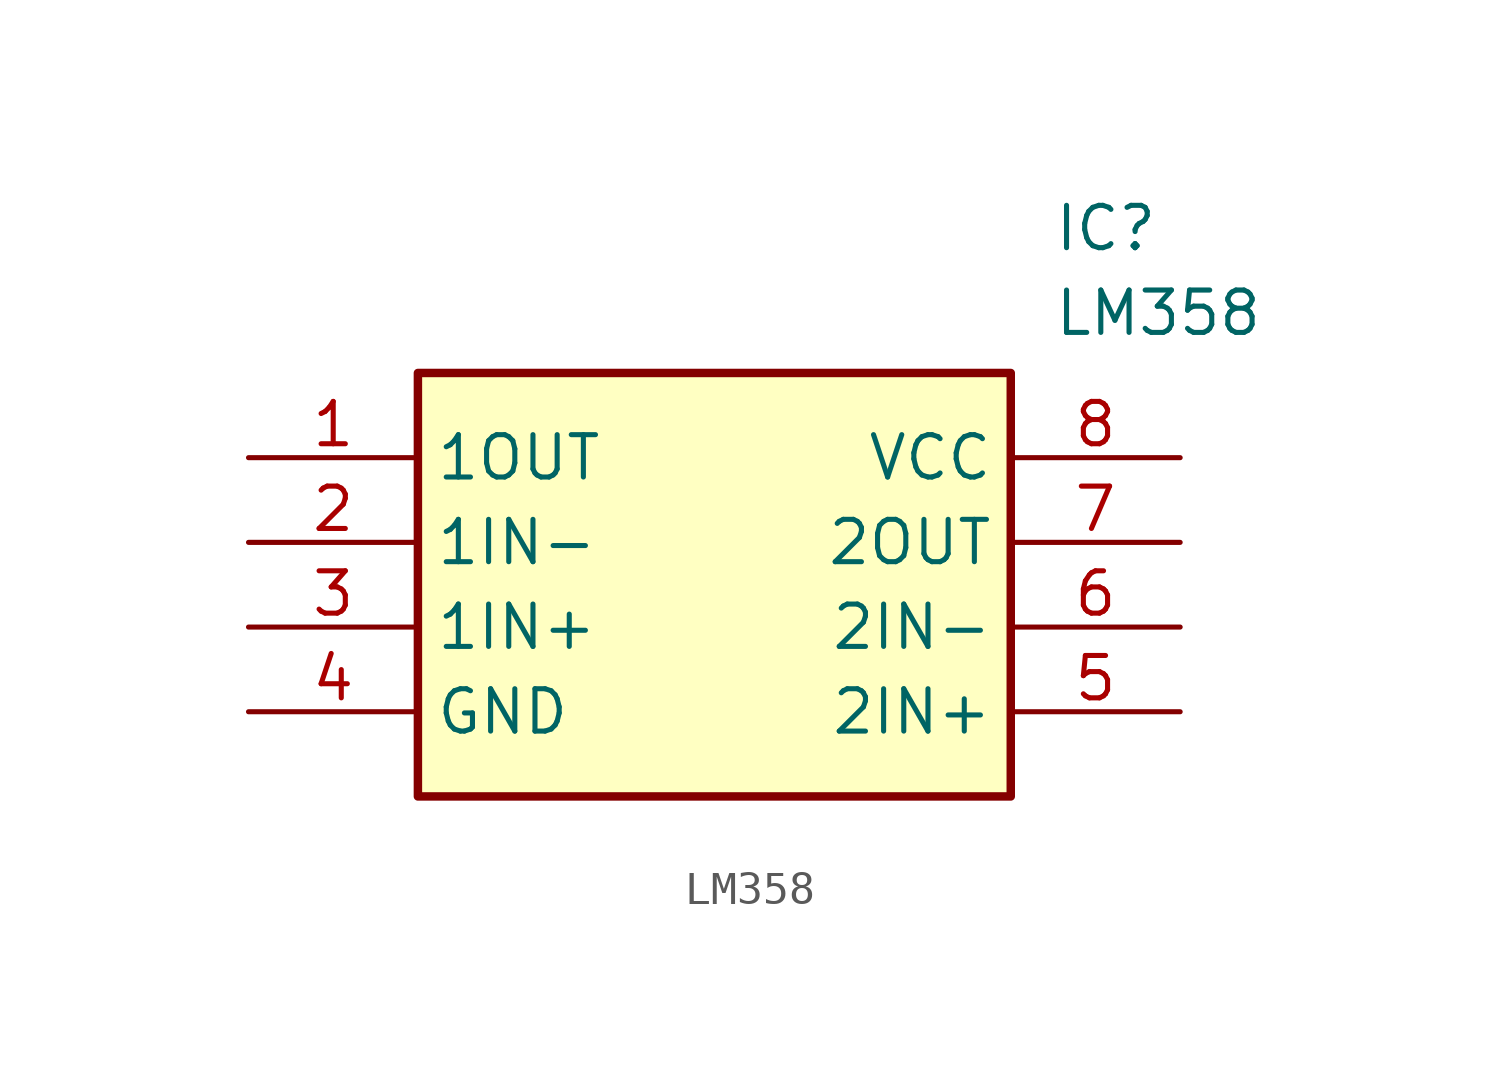
<source format=kicad_sym>
(kicad_symbol_lib
  (version 20211014)
  (generator SamacSys_ECAD_Model)
  (symbol "LM358"
    (property "Reference" "IC"
      (at 24.13 7.62 0)
      (effects (font (size 1.27 1.27)) (justify left top)))
    (property "Value" "LM358"
      (at 24.13 5.08 0)
      (effects (font (size 1.27 1.27)) (justify left top)))
    (rectangle
      (start 5.08 2.54)
      (end 22.86 -10.16)
      (stroke (width 0.254) (type default))
      (fill (type background)))
    (pin passive line
      (at 0 0 0)
      (length 5.08)
      (name "1OUT" (effects (font (size 1.27 1.27))))
      (number "1" (effects (font (size 1.27 1.27)))))
    (pin passive line
      (at 0 -2.54 0)
      (length 5.08)
      (name "1IN-" (effects (font (size 1.27 1.27))))
      (number "2" (effects (font (size 1.27 1.27)))))
    (pin passive line
      (at 0 -5.08 0)
      (length 5.08)
      (name "1IN+" (effects (font (size 1.27 1.27))))
      (number "3" (effects (font (size 1.27 1.27)))))
    (pin passive line
      (at 0 -7.62 0)
      (length 5.08)
      (name "GND" (effects (font (size 1.27 1.27))))
      (number "4" (effects (font (size 1.27 1.27)))))
    (pin passive line
      (at 27.94 0 180)
      (length 5.08)
      (name "VCC" (effects (font (size 1.27 1.27))))
      (number "8" (effects (font (size 1.27 1.27)))))
    (pin passive line
      (at 27.94 -2.54 180)
      (length 5.08)
      (name "2OUT" (effects (font (size 1.27 1.27))))
      (number "7" (effects (font (size 1.27 1.27)))))
    (pin passive line
      (at 27.94 -5.08 180)
      (length 5.08)
      (name "2IN-" (effects (font (size 1.27 1.27))))
      (number "6" (effects (font (size 1.27 1.27)))))
    (pin passive line
      (at 27.94 -7.62 180)
      (length 5.08)
      (name "2IN+" (effects (font (size 1.27 1.27))))
      (number "5" (effects (font (size 1.27 1.27)))))))
</source>
